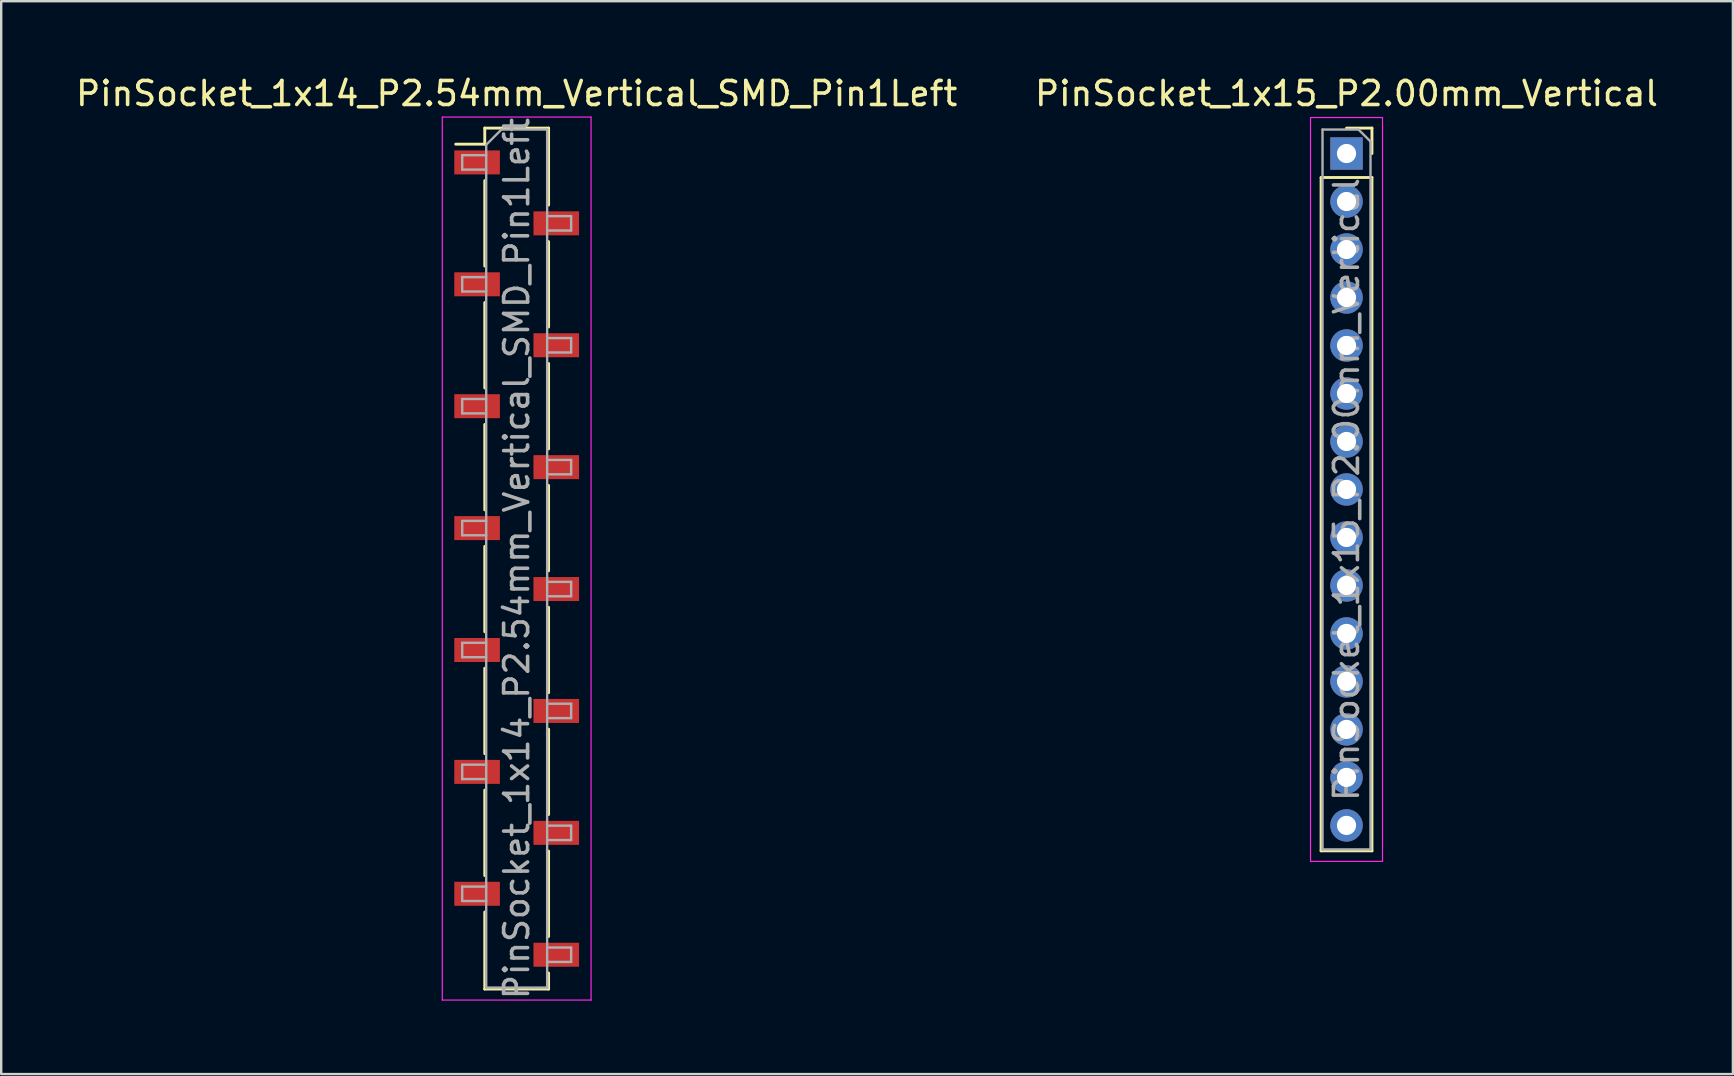
<source format=kicad_pcb>
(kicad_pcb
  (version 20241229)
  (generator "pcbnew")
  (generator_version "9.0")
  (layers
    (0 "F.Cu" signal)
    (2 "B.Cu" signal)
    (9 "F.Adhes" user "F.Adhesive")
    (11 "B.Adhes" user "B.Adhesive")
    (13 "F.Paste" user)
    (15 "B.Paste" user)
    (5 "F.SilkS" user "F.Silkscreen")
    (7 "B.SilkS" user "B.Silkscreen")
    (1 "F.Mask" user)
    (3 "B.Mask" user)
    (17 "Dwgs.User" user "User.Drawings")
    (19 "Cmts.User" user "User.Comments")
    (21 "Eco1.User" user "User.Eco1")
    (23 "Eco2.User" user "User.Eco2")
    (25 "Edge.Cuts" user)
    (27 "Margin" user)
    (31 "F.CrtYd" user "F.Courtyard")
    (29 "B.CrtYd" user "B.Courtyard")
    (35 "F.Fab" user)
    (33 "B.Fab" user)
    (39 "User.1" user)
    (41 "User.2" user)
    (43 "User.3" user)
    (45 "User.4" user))
  (footprint "PinSocket_1x14_P2.54mm_Vertical_SMD_Pin1Left"
    (layer "F.Cu")
    (at 18.482 20.228)
    (property "Reference" "PinSocket_1x14_P2.54mm_Vertical_SMD_Pin1Left" (at 0 -19.38 0) (layer "F.SilkS") (effects (font (size 1 1) (thickness 0.15))))
    (attr smd)
    (fp_line (start -2.54 -17.27) (end -1.33 -17.27) (stroke (width 0.12) (type solid)) (layer "F.SilkS"))
    (fp_line (start -1.33 -17.94) (end -1.33 -17.27) (stroke (width 0.12) (type solid)) (layer "F.SilkS"))
    (fp_line (start -1.33 -17.94) (end 1.33 -17.94) (stroke (width 0.12) (type solid)) (layer "F.SilkS"))
    (fp_line (start -1.33 -15.75) (end -1.33 -12.19) (stroke (width 0.12) (type solid)) (layer "F.SilkS"))
    (fp_line (start -1.33 -10.67) (end -1.33 -7.11) (stroke (width 0.12) (type solid)) (layer "F.SilkS"))
    (fp_line (start -1.33 -5.59) (end -1.33 -2.03) (stroke (width 0.12) (type solid)) (layer "F.SilkS"))
    (fp_line (start -1.33 -0.51) (end -1.33 3.05) (stroke (width 0.12) (type solid)) (layer "F.SilkS"))
    (fp_line (start -1.33 4.57) (end -1.33 8.13) (stroke (width 0.12) (type solid)) (layer "F.SilkS"))
    (fp_line (start -1.33 9.65) (end -1.33 13.21) (stroke (width 0.12) (type solid)) (layer "F.SilkS"))
    (fp_line (start -1.33 14.73) (end -1.33 17.94) (stroke (width 0.12) (type solid)) (layer "F.SilkS"))
    (fp_line (start -1.33 17.94) (end 1.33 17.94) (stroke (width 0.12) (type solid)) (layer "F.SilkS"))
    (fp_line (start 1.33 -17.94) (end 1.33 -14.73) (stroke (width 0.12) (type solid)) (layer "F.SilkS"))
    (fp_line (start 1.33 -13.21) (end 1.33 -9.65) (stroke (width 0.12) (type solid)) (layer "F.SilkS"))
    (fp_line (start 1.33 -8.13) (end 1.33 -4.57) (stroke (width 0.12) (type solid)) (layer "F.SilkS"))
    (fp_line (start 1.33 -3.05) (end 1.33 0.51) (stroke (width 0.12) (type solid)) (layer "F.SilkS"))
    (fp_line (start 1.33 2.03) (end 1.33 5.59) (stroke (width 0.12) (type solid)) (layer "F.SilkS"))
    (fp_line (start 1.33 7.11) (end 1.33 10.67) (stroke (width 0.12) (type solid)) (layer "F.SilkS"))
    (fp_line (start 1.33 12.19) (end 1.33 15.75) (stroke (width 0.12) (type solid)) (layer "F.SilkS"))
    (fp_line (start 1.33 17.27) (end 1.33 17.94) (stroke (width 0.12) (type solid)) (layer "F.SilkS"))
    (fp_line (start -3.1 -18.4) (end 3.1 -18.4) (stroke (width 0.05) (type solid)) (layer "F.CrtYd"))
    (fp_line (start -3.1 18.4) (end -3.1 -18.4) (stroke (width 0.05) (type solid)) (layer "F.CrtYd"))
    (fp_line (start 3.1 -18.4) (end 3.1 18.4) (stroke (width 0.05) (type solid)) (layer "F.CrtYd"))
    (fp_line (start 3.1 18.4) (end -3.1 18.4) (stroke (width 0.05) (type solid)) (layer "F.CrtYd"))
    (fp_line (start -2.27 -16.81) (end -1.27 -16.81) (stroke (width 0.1) (type solid)) (layer "F.Fab"))
    (fp_line (start -2.27 -16.21) (end -2.27 -16.81) (stroke (width 0.1) (type solid)) (layer "F.Fab"))
    (fp_line (start -2.27 -11.73) (end -1.27 -11.73) (stroke (width 0.1) (type solid)) (layer "F.Fab"))
    (fp_line (start -2.27 -11.13) (end -2.27 -11.73) (stroke (width 0.1) (type solid)) (layer "F.Fab"))
    (fp_line (start -2.27 -6.65) (end -1.27 -6.65) (stroke (width 0.1) (type solid)) (layer "F.Fab"))
    (fp_line (start -2.27 -6.05) (end -2.27 -6.65) (stroke (width 0.1) (type solid)) (layer "F.Fab"))
    (fp_line (start -2.27 -1.57) (end -1.27 -1.57) (stroke (width 0.1) (type solid)) (layer "F.Fab"))
    (fp_line (start -2.27 -0.97) (end -2.27 -1.57) (stroke (width 0.1) (type solid)) (layer "F.Fab"))
    (fp_line (start -2.27 3.51) (end -1.27 3.51) (stroke (width 0.1) (type solid)) (layer "F.Fab"))
    (fp_line (start -2.27 4.11) (end -2.27 3.51) (stroke (width 0.1) (type solid)) (layer "F.Fab"))
    (fp_line (start -2.27 8.59) (end -1.27 8.59) (stroke (width 0.1) (type solid)) (layer "F.Fab"))
    (fp_line (start -2.27 9.19) (end -2.27 8.59) (stroke (width 0.1) (type solid)) (layer "F.Fab"))
    (fp_line (start -2.27 13.67) (end -1.27 13.67) (stroke (width 0.1) (type solid)) (layer "F.Fab"))
    (fp_line (start -2.27 14.27) (end -2.27 13.67) (stroke (width 0.1) (type solid)) (layer "F.Fab"))
    (fp_line (start -1.27 -17.245) (end -0.635 -17.88) (stroke (width 0.1) (type solid)) (layer "F.Fab"))
    (fp_line (start -1.27 -16.21) (end -2.27 -16.21) (stroke (width 0.1) (type solid)) (layer "F.Fab"))
    (fp_line (start -1.27 -11.13) (end -2.27 -11.13) (stroke (width 0.1) (type solid)) (layer "F.Fab"))
    (fp_line (start -1.27 -6.05) (end -2.27 -6.05) (stroke (width 0.1) (type solid)) (layer "F.Fab"))
    (fp_line (start -1.27 -0.97) (end -2.27 -0.97) (stroke (width 0.1) (type solid)) (layer "F.Fab"))
    (fp_line (start -1.27 4.11) (end -2.27 4.11) (stroke (width 0.1) (type solid)) (layer "F.Fab"))
    (fp_line (start -1.27 9.19) (end -2.27 9.19) (stroke (width 0.1) (type solid)) (layer "F.Fab"))
    (fp_line (start -1.27 14.27) (end -2.27 14.27) (stroke (width 0.1) (type solid)) (layer "F.Fab"))
    (fp_line (start -1.27 17.88) (end -1.27 -17.245) (stroke (width 0.1) (type solid)) (layer "F.Fab"))
    (fp_line (start -0.635 -17.88) (end 1.27 -17.88) (stroke (width 0.1) (type solid)) (layer "F.Fab"))
    (fp_line (start 1.27 -17.88) (end 1.27 17.88) (stroke (width 0.1) (type solid)) (layer "F.Fab"))
    (fp_line (start 1.27 -14.27) (end 2.27 -14.27) (stroke (width 0.1) (type solid)) (layer "F.Fab"))
    (fp_line (start 1.27 -9.19) (end 2.27 -9.19) (stroke (width 0.1) (type solid)) (layer "F.Fab"))
    (fp_line (start 1.27 -4.11) (end 2.27 -4.11) (stroke (width 0.1) (type solid)) (layer "F.Fab"))
    (fp_line (start 1.27 0.97) (end 2.27 0.97) (stroke (width 0.1) (type solid)) (layer "F.Fab"))
    (fp_line (start 1.27 6.05) (end 2.27 6.05) (stroke (width 0.1) (type solid)) (layer "F.Fab"))
    (fp_line (start 1.27 11.13) (end 2.27 11.13) (stroke (width 0.1) (type solid)) (layer "F.Fab"))
    (fp_line (start 1.27 16.21) (end 2.27 16.21) (stroke (width 0.1) (type solid)) (layer "F.Fab"))
    (fp_line (start 1.27 17.88) (end -1.27 17.88) (stroke (width 0.1) (type solid)) (layer "F.Fab"))
    (fp_line (start 2.27 -14.27) (end 2.27 -13.67) (stroke (width 0.1) (type solid)) (layer "F.Fab"))
    (fp_line (start 2.27 -13.67) (end 1.27 -13.67) (stroke (width 0.1) (type solid)) (layer "F.Fab"))
    (fp_line (start 2.27 -9.19) (end 2.27 -8.59) (stroke (width 0.1) (type solid)) (layer "F.Fab"))
    (fp_line (start 2.27 -8.59) (end 1.27 -8.59) (stroke (width 0.1) (type solid)) (layer "F.Fab"))
    (fp_line (start 2.27 -4.11) (end 2.27 -3.51) (stroke (width 0.1) (type solid)) (layer "F.Fab"))
    (fp_line (start 2.27 -3.51) (end 1.27 -3.51) (stroke (width 0.1) (type solid)) (layer "F.Fab"))
    (fp_line (start 2.27 0.97) (end 2.27 1.57) (stroke (width 0.1) (type solid)) (layer "F.Fab"))
    (fp_line (start 2.27 1.57) (end 1.27 1.57) (stroke (width 0.1) (type solid)) (layer "F.Fab"))
    (fp_line (start 2.27 6.05) (end 2.27 6.65) (stroke (width 0.1) (type solid)) (layer "F.Fab"))
    (fp_line (start 2.27 6.65) (end 1.27 6.65) (stroke (width 0.1) (type solid)) (layer "F.Fab"))
    (fp_line (start 2.27 11.13) (end 2.27 11.73) (stroke (width 0.1) (type solid)) (layer "F.Fab"))
    (fp_line (start 2.27 11.73) (end 1.27 11.73) (stroke (width 0.1) (type solid)) (layer "F.Fab"))
    (fp_line (start 2.27 16.21) (end 2.27 16.81) (stroke (width 0.1) (type solid)) (layer "F.Fab"))
    (fp_line (start 2.27 16.81) (end 1.27 16.81) (stroke (width 0.1) (type solid)) (layer "F.Fab"))
    (fp_text user "${REFERENCE}" (at 0 0 90) (layer "F.Fab") (effects (font (size 1 1) (thickness 0.15))))
    (pad "1" smd rect (at -1.65 -16.51) (size 1.9 1) (layers "F.Cu" "F.Mask" "F.Paste"))
    (pad "2" smd rect (at 1.65 -13.97) (size 1.9 1) (layers "F.Cu" "F.Mask" "F.Paste"))
    (pad "3" smd rect (at -1.65 -11.43) (size 1.9 1) (layers "F.Cu" "F.Mask" "F.Paste"))
    (pad "4" smd rect (at 1.65 -8.89) (size 1.9 1) (layers "F.Cu" "F.Mask" "F.Paste"))
    (pad "5" smd rect (at -1.65 -6.35) (size 1.9 1) (layers "F.Cu" "F.Mask" "F.Paste"))
    (pad "6" smd rect (at 1.65 -3.81) (size 1.9 1) (layers "F.Cu" "F.Mask" "F.Paste"))
    (pad "7" smd rect (at -1.65 -1.27) (size 1.9 1) (layers "F.Cu" "F.Mask" "F.Paste"))
    (pad "8" smd rect (at 1.65 1.27) (size 1.9 1) (layers "F.Cu" "F.Mask" "F.Paste"))
    (pad "9" smd rect (at -1.65 3.81) (size 1.9 1) (layers "F.Cu" "F.Mask" "F.Paste"))
    (pad "10" smd rect (at 1.65 6.35) (size 1.9 1) (layers "F.Cu" "F.Mask" "F.Paste"))
    (pad "11" smd rect (at -1.65 8.89) (size 1.9 1) (layers "F.Cu" "F.Mask" "F.Paste"))
    (pad "12" smd rect (at 1.65 11.43) (size 1.9 1) (layers "F.Cu" "F.Mask" "F.Paste"))
    (pad "13" smd rect (at -1.65 13.97) (size 1.9 1) (layers "F.Cu" "F.Mask" "F.Paste"))
    (pad "14" smd rect (at 1.65 16.51) (size 1.9 1) (layers "F.Cu" "F.Mask" "F.Paste")))
  (footprint "PinSocket_1x15_P2.00mm_Vertical"
    (layer "F.Cu")
    (at 53.065 3.348)
    (property "Reference" "PinSocket_1x15_P2.00mm_Vertical" (at 0 -2.5 0) (layer "F.SilkS") (effects (font (size 1 1) (thickness 0.15))))
    (attr through_hole)
    (fp_line (start -1.06 1) (end -1.06 29.06) (stroke (width 0.12) (type solid)) (layer "F.SilkS"))
    (fp_line (start -1.06 1) (end 1.06 1) (stroke (width 0.12) (type solid)) (layer "F.SilkS"))
    (fp_line (start -1.06 29.06) (end 1.06 29.06) (stroke (width 0.12) (type solid)) (layer "F.SilkS"))
    (fp_line (start 0 -1.06) (end 1.06 -1.06) (stroke (width 0.12) (type solid)) (layer "F.SilkS"))
    (fp_line (start 1.06 -1.06) (end 1.06 0) (stroke (width 0.12) (type solid)) (layer "F.SilkS"))
    (fp_line (start 1.06 1) (end 1.06 29.06) (stroke (width 0.12) (type solid)) (layer "F.SilkS"))
    (fp_line (start -1.5 -1.5) (end 1.5 -1.5) (stroke (width 0.05) (type solid)) (layer "F.CrtYd"))
    (fp_line (start -1.5 29.5) (end -1.5 -1.5) (stroke (width 0.05) (type solid)) (layer "F.CrtYd"))
    (fp_line (start 1.5 -1.5) (end 1.5 29.5) (stroke (width 0.05) (type solid)) (layer "F.CrtYd"))
    (fp_line (start 1.5 29.5) (end -1.5 29.5) (stroke (width 0.05) (type solid)) (layer "F.CrtYd"))
    (fp_line (start -1 -1) (end 0.5 -1) (stroke (width 0.1) (type solid)) (layer "F.Fab"))
    (fp_line (start -1 29) (end -1 -1) (stroke (width 0.1) (type solid)) (layer "F.Fab"))
    (fp_line (start 0.5 -1) (end 1 -0.5) (stroke (width 0.1) (type solid)) (layer "F.Fab"))
    (fp_line (start 1 -0.5) (end 1 29) (stroke (width 0.1) (type solid)) (layer "F.Fab"))
    (fp_line (start 1 29) (end -1 29) (stroke (width 0.1) (type solid)) (layer "F.Fab"))
    (fp_text user "${REFERENCE}" (at 0 14 90) (layer "F.Fab") (effects (font (size 1 1) (thickness 0.15))))
    (pad "1" thru_hole rect (at 0 0) (size 1.35 1.35) (drill 0.8) (layers "*.Cu" "*.Mask"))
    (pad "2" thru_hole oval (at 0 2) (size 1.35 1.35) (drill 0.8) (layers "*.Cu" "*.Mask"))
    (pad "3" thru_hole oval (at 0 4) (size 1.35 1.35) (drill 0.8) (layers "*.Cu" "*.Mask"))
    (pad "4" thru_hole oval (at 0 6) (size 1.35 1.35) (drill 0.8) (layers "*.Cu" "*.Mask"))
    (pad "5" thru_hole oval (at 0 8) (size 1.35 1.35) (drill 0.8) (layers "*.Cu" "*.Mask"))
    (pad "6" thru_hole oval (at 0 10) (size 1.35 1.35) (drill 0.8) (layers "*.Cu" "*.Mask"))
    (pad "7" thru_hole oval (at 0 12) (size 1.35 1.35) (drill 0.8) (layers "*.Cu" "*.Mask"))
    (pad "8" thru_hole oval (at 0 14) (size 1.35 1.35) (drill 0.8) (layers "*.Cu" "*.Mask"))
    (pad "9" thru_hole oval (at 0 16) (size 1.35 1.35) (drill 0.8) (layers "*.Cu" "*.Mask"))
    (pad "10" thru_hole oval (at 0 18) (size 1.35 1.35) (drill 0.8) (layers "*.Cu" "*.Mask"))
    (pad "11" thru_hole oval (at 0 20) (size 1.35 1.35) (drill 0.8) (layers "*.Cu" "*.Mask"))
    (pad "12" thru_hole oval (at 0 22) (size 1.35 1.35) (drill 0.8) (layers "*.Cu" "*.Mask"))
    (pad "13" thru_hole oval (at 0 24) (size 1.35 1.35) (drill 0.8) (layers "*.Cu" "*.Mask"))
    (pad "14" thru_hole oval (at 0 26) (size 1.35 1.35) (drill 0.8) (layers "*.Cu" "*.Mask"))
    (pad "15" thru_hole oval (at 0 28) (size 1.35 1.35) (drill 0.8) (layers "*.Cu" "*.Mask")))
  (gr_rect
    (start -3 -3)
    (end 69.167 41.71)
    (stroke (width 0.1) (type default))
    (fill no)
    (layer "Edge.Cuts")))
</source>
